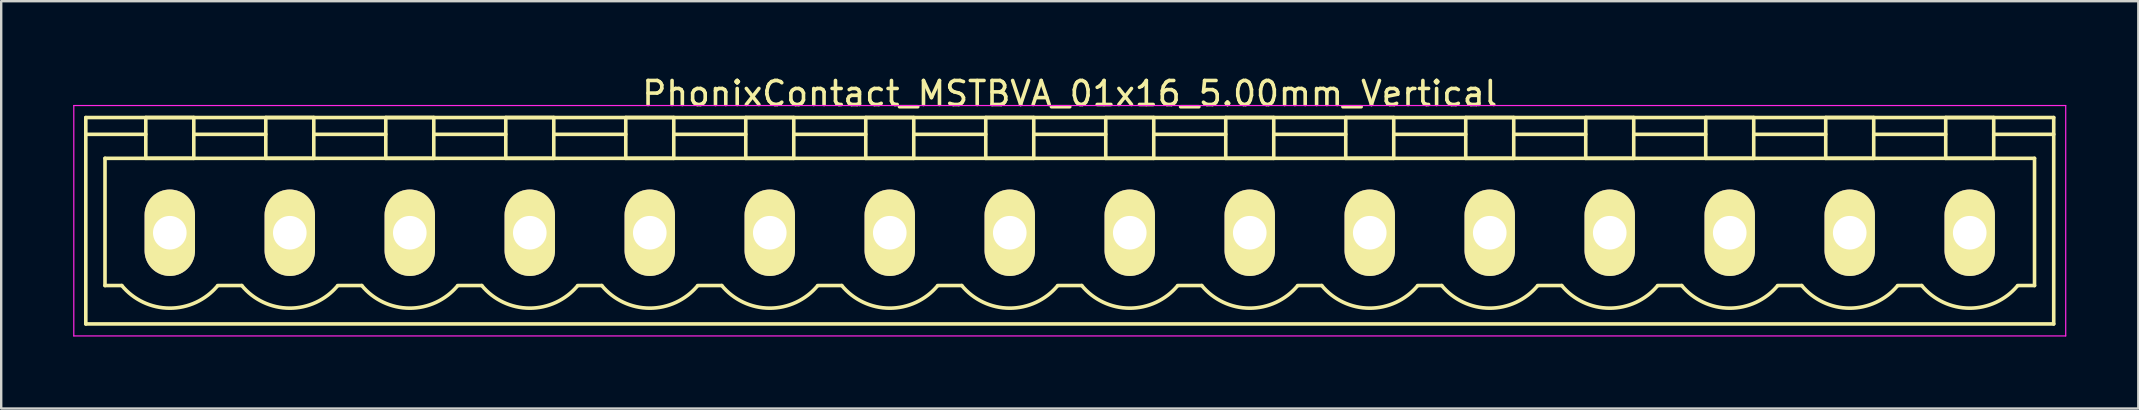
<source format=kicad_pcb>
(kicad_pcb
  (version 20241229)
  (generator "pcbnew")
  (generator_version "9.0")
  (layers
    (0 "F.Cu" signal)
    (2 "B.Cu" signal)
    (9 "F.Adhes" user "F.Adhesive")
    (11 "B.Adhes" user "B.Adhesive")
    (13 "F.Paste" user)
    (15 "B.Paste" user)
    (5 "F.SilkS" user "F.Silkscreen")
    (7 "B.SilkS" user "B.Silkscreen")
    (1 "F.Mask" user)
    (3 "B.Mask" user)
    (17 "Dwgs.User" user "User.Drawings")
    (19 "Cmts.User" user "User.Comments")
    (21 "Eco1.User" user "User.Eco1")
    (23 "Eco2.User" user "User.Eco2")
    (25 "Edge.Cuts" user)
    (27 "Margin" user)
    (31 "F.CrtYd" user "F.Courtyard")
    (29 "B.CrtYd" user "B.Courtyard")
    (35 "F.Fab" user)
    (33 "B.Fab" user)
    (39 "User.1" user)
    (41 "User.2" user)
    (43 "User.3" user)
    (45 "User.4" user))
  (footprint "PhonixContact_MSTBVA_01x16_5.00mm_Vertical"
    (layer "F.Cu")
    (at 4.025 6.648)
    (property "Reference" "PhonixContact_MSTBVA_01x16_5.00mm_Vertical" (at 37.5 -5.8 0) (layer "F.SilkS") (effects (font (size 1 1) (thickness 0.15))))
    (attr through_hole)
    (fp_line (start -3.5 -4.8) (end -3.5 3.8) (stroke (width 0.15) (type solid)) (layer "F.SilkS"))
    (fp_line (start -3.5 -4.1) (end -1 -4.1) (stroke (width 0.15) (type solid)) (layer "F.SilkS"))
    (fp_line (start -3.5 3.8) (end 78.5 3.8) (stroke (width 0.15) (type solid)) (layer "F.SilkS"))
    (fp_line (start -2.7 -3.1) (end 77.7 -3.1) (stroke (width 0.15) (type solid)) (layer "F.SilkS"))
    (fp_line (start -2.7 2.2) (end -2.7 -3.1) (stroke (width 0.15) (type solid)) (layer "F.SilkS"))
    (fp_line (start -2 2.2) (end -2.7 2.2) (stroke (width 0.15) (type solid)) (layer "F.SilkS"))
    (fp_line (start -1 -4.8) (end 1 -4.8) (stroke (width 0.15) (type solid)) (layer "F.SilkS"))
    (fp_line (start -1 -3.1) (end -1 -4.8) (stroke (width 0.15) (type solid)) (layer "F.SilkS"))
    (fp_line (start 1 -4.8) (end 1 -3.1) (stroke (width 0.15) (type solid)) (layer "F.SilkS"))
    (fp_line (start 1 -4.1) (end 4 -4.1) (stroke (width 0.15) (type solid)) (layer "F.SilkS"))
    (fp_line (start 1 -3.1) (end -1 -3.1) (stroke (width 0.15) (type solid)) (layer "F.SilkS"))
    (fp_line (start 2 2.2) (end 3 2.2) (stroke (width 0.15) (type solid)) (layer "F.SilkS"))
    (fp_line (start 4 -4.8) (end 6 -4.8) (stroke (width 0.15) (type solid)) (layer "F.SilkS"))
    (fp_line (start 4 -3.1) (end 4 -4.8) (stroke (width 0.15) (type solid)) (layer "F.SilkS"))
    (fp_line (start 6 -4.8) (end 6 -3.1) (stroke (width 0.15) (type solid)) (layer "F.SilkS"))
    (fp_line (start 6 -4.1) (end 9 -4.1) (stroke (width 0.15) (type solid)) (layer "F.SilkS"))
    (fp_line (start 6 -3.1) (end 4 -3.1) (stroke (width 0.15) (type solid)) (layer "F.SilkS"))
    (fp_line (start 7 2.2) (end 8 2.2) (stroke (width 0.15) (type solid)) (layer "F.SilkS"))
    (fp_line (start 9 -4.8) (end 11 -4.8) (stroke (width 0.15) (type solid)) (layer "F.SilkS"))
    (fp_line (start 9 -3.1) (end 9 -4.8) (stroke (width 0.15) (type solid)) (layer "F.SilkS"))
    (fp_line (start 11 -4.8) (end 11 -3.1) (stroke (width 0.15) (type solid)) (layer "F.SilkS"))
    (fp_line (start 11 -4.1) (end 14 -4.1) (stroke (width 0.15) (type solid)) (layer "F.SilkS"))
    (fp_line (start 11 -3.1) (end 9 -3.1) (stroke (width 0.15) (type solid)) (layer "F.SilkS"))
    (fp_line (start 12 2.2) (end 13 2.2) (stroke (width 0.15) (type solid)) (layer "F.SilkS"))
    (fp_line (start 14 -4.8) (end 16 -4.8) (stroke (width 0.15) (type solid)) (layer "F.SilkS"))
    (fp_line (start 14 -3.1) (end 14 -4.8) (stroke (width 0.15) (type solid)) (layer "F.SilkS"))
    (fp_line (start 16 -4.8) (end 16 -3.1) (stroke (width 0.15) (type solid)) (layer "F.SilkS"))
    (fp_line (start 16 -4.1) (end 19 -4.1) (stroke (width 0.15) (type solid)) (layer "F.SilkS"))
    (fp_line (start 16 -3.1) (end 14 -3.1) (stroke (width 0.15) (type solid)) (layer "F.SilkS"))
    (fp_line (start 17 2.2) (end 18 2.2) (stroke (width 0.15) (type solid)) (layer "F.SilkS"))
    (fp_line (start 19 -4.8) (end 21 -4.8) (stroke (width 0.15) (type solid)) (layer "F.SilkS"))
    (fp_line (start 19 -3.1) (end 19 -4.8) (stroke (width 0.15) (type solid)) (layer "F.SilkS"))
    (fp_line (start 21 -4.8) (end 21 -3.1) (stroke (width 0.15) (type solid)) (layer "F.SilkS"))
    (fp_line (start 21 -4.1) (end 24 -4.1) (stroke (width 0.15) (type solid)) (layer "F.SilkS"))
    (fp_line (start 21 -3.1) (end 19 -3.1) (stroke (width 0.15) (type solid)) (layer "F.SilkS"))
    (fp_line (start 22 2.2) (end 23 2.2) (stroke (width 0.15) (type solid)) (layer "F.SilkS"))
    (fp_line (start 24 -4.8) (end 26 -4.8) (stroke (width 0.15) (type solid)) (layer "F.SilkS"))
    (fp_line (start 24 -3.1) (end 24 -4.8) (stroke (width 0.15) (type solid)) (layer "F.SilkS"))
    (fp_line (start 26 -4.8) (end 26 -3.1) (stroke (width 0.15) (type solid)) (layer "F.SilkS"))
    (fp_line (start 26 -4.1) (end 29 -4.1) (stroke (width 0.15) (type solid)) (layer "F.SilkS"))
    (fp_line (start 26 -3.1) (end 24 -3.1) (stroke (width 0.15) (type solid)) (layer "F.SilkS"))
    (fp_line (start 27 2.2) (end 28 2.2) (stroke (width 0.15) (type solid)) (layer "F.SilkS"))
    (fp_line (start 29 -4.8) (end 31 -4.8) (stroke (width 0.15) (type solid)) (layer "F.SilkS"))
    (fp_line (start 29 -3.1) (end 29 -4.8) (stroke (width 0.15) (type solid)) (layer "F.SilkS"))
    (fp_line (start 31 -4.8) (end 31 -3.1) (stroke (width 0.15) (type solid)) (layer "F.SilkS"))
    (fp_line (start 31 -4.1) (end 34 -4.1) (stroke (width 0.15) (type solid)) (layer "F.SilkS"))
    (fp_line (start 31 -3.1) (end 29 -3.1) (stroke (width 0.15) (type solid)) (layer "F.SilkS"))
    (fp_line (start 32 2.2) (end 33 2.2) (stroke (width 0.15) (type solid)) (layer "F.SilkS"))
    (fp_line (start 34 -4.8) (end 36 -4.8) (stroke (width 0.15) (type solid)) (layer "F.SilkS"))
    (fp_line (start 34 -3.1) (end 34 -4.8) (stroke (width 0.15) (type solid)) (layer "F.SilkS"))
    (fp_line (start 36 -4.8) (end 36 -3.1) (stroke (width 0.15) (type solid)) (layer "F.SilkS"))
    (fp_line (start 36 -4.1) (end 39 -4.1) (stroke (width 0.15) (type solid)) (layer "F.SilkS"))
    (fp_line (start 36 -3.1) (end 34 -3.1) (stroke (width 0.15) (type solid)) (layer "F.SilkS"))
    (fp_line (start 37 2.2) (end 38 2.2) (stroke (width 0.15) (type solid)) (layer "F.SilkS"))
    (fp_line (start 39 -4.8) (end 41 -4.8) (stroke (width 0.15) (type solid)) (layer "F.SilkS"))
    (fp_line (start 39 -3.1) (end 39 -4.8) (stroke (width 0.15) (type solid)) (layer "F.SilkS"))
    (fp_line (start 41 -4.8) (end 41 -3.1) (stroke (width 0.15) (type solid)) (layer "F.SilkS"))
    (fp_line (start 41 -4.1) (end 44 -4.1) (stroke (width 0.15) (type solid)) (layer "F.SilkS"))
    (fp_line (start 41 -3.1) (end 39 -3.1) (stroke (width 0.15) (type solid)) (layer "F.SilkS"))
    (fp_line (start 42 2.2) (end 43 2.2) (stroke (width 0.15) (type solid)) (layer "F.SilkS"))
    (fp_line (start 44 -4.8) (end 46 -4.8) (stroke (width 0.15) (type solid)) (layer "F.SilkS"))
    (fp_line (start 44 -3.1) (end 44 -4.8) (stroke (width 0.15) (type solid)) (layer "F.SilkS"))
    (fp_line (start 46 -4.8) (end 46 -3.1) (stroke (width 0.15) (type solid)) (layer "F.SilkS"))
    (fp_line (start 46 -4.1) (end 49 -4.1) (stroke (width 0.15) (type solid)) (layer "F.SilkS"))
    (fp_line (start 46 -3.1) (end 44 -3.1) (stroke (width 0.15) (type solid)) (layer "F.SilkS"))
    (fp_line (start 47 2.2) (end 48 2.2) (stroke (width 0.15) (type solid)) (layer "F.SilkS"))
    (fp_line (start 49 -4.8) (end 51 -4.8) (stroke (width 0.15) (type solid)) (layer "F.SilkS"))
    (fp_line (start 49 -3.1) (end 49 -4.8) (stroke (width 0.15) (type solid)) (layer "F.SilkS"))
    (fp_line (start 51 -4.8) (end 51 -3.1) (stroke (width 0.15) (type solid)) (layer "F.SilkS"))
    (fp_line (start 51 -4.1) (end 54 -4.1) (stroke (width 0.15) (type solid)) (layer "F.SilkS"))
    (fp_line (start 51 -3.1) (end 49 -3.1) (stroke (width 0.15) (type solid)) (layer "F.SilkS"))
    (fp_line (start 52 2.2) (end 53 2.2) (stroke (width 0.15) (type solid)) (layer "F.SilkS"))
    (fp_line (start 54 -4.8) (end 56 -4.8) (stroke (width 0.15) (type solid)) (layer "F.SilkS"))
    (fp_line (start 54 -3.1) (end 54 -4.8) (stroke (width 0.15) (type solid)) (layer "F.SilkS"))
    (fp_line (start 56 -4.8) (end 56 -3.1) (stroke (width 0.15) (type solid)) (layer "F.SilkS"))
    (fp_line (start 56 -4.1) (end 59 -4.1) (stroke (width 0.15) (type solid)) (layer "F.SilkS"))
    (fp_line (start 56 -3.1) (end 54 -3.1) (stroke (width 0.15) (type solid)) (layer "F.SilkS"))
    (fp_line (start 57 2.2) (end 58 2.2) (stroke (width 0.15) (type solid)) (layer "F.SilkS"))
    (fp_line (start 59 -4.8) (end 61 -4.8) (stroke (width 0.15) (type solid)) (layer "F.SilkS"))
    (fp_line (start 59 -3.1) (end 59 -4.8) (stroke (width 0.15) (type solid)) (layer "F.SilkS"))
    (fp_line (start 61 -4.8) (end 61 -3.1) (stroke (width 0.15) (type solid)) (layer "F.SilkS"))
    (fp_line (start 61 -4.1) (end 64 -4.1) (stroke (width 0.15) (type solid)) (layer "F.SilkS"))
    (fp_line (start 61 -3.1) (end 59 -3.1) (stroke (width 0.15) (type solid)) (layer "F.SilkS"))
    (fp_line (start 62 2.2) (end 63 2.2) (stroke (width 0.15) (type solid)) (layer "F.SilkS"))
    (fp_line (start 64 -4.8) (end 66 -4.8) (stroke (width 0.15) (type solid)) (layer "F.SilkS"))
    (fp_line (start 64 -3.1) (end 64 -4.8) (stroke (width 0.15) (type solid)) (layer "F.SilkS"))
    (fp_line (start 66 -4.8) (end 66 -3.1) (stroke (width 0.15) (type solid)) (layer "F.SilkS"))
    (fp_line (start 66 -4.1) (end 69 -4.1) (stroke (width 0.15) (type solid)) (layer "F.SilkS"))
    (fp_line (start 66 -3.1) (end 64 -3.1) (stroke (width 0.15) (type solid)) (layer "F.SilkS"))
    (fp_line (start 67 2.2) (end 68 2.2) (stroke (width 0.15) (type solid)) (layer "F.SilkS"))
    (fp_line (start 69 -4.8) (end 71 -4.8) (stroke (width 0.15) (type solid)) (layer "F.SilkS"))
    (fp_line (start 69 -3.1) (end 69 -4.8) (stroke (width 0.15) (type solid)) (layer "F.SilkS"))
    (fp_line (start 71 -4.8) (end 71 -3.1) (stroke (width 0.15) (type solid)) (layer "F.SilkS"))
    (fp_line (start 71 -4.1) (end 74 -4.1) (stroke (width 0.15) (type solid)) (layer "F.SilkS"))
    (fp_line (start 71 -3.1) (end 69 -3.1) (stroke (width 0.15) (type solid)) (layer "F.SilkS"))
    (fp_line (start 72 2.2) (end 73 2.2) (stroke (width 0.15) (type solid)) (layer "F.SilkS"))
    (fp_line (start 74 -4.8) (end 76 -4.8) (stroke (width 0.15) (type solid)) (layer "F.SilkS"))
    (fp_line (start 74 -3.1) (end 74 -4.8) (stroke (width 0.15) (type solid)) (layer "F.SilkS"))
    (fp_line (start 76 -4.8) (end 76 -3.1) (stroke (width 0.15) (type solid)) (layer "F.SilkS"))
    (fp_line (start 76 -3.1) (end 74 -3.1) (stroke (width 0.15) (type solid)) (layer "F.SilkS"))
    (fp_line (start 77.7 -3.1) (end 77.7 2.2) (stroke (width 0.15) (type solid)) (layer "F.SilkS"))
    (fp_line (start 77.7 2.2) (end 77 2.2) (stroke (width 0.15) (type solid)) (layer "F.SilkS"))
    (fp_line (start 78.5 -4.8) (end -3.5 -4.8) (stroke (width 0.15) (type solid)) (layer "F.SilkS"))
    (fp_line (start 78.5 -4.1) (end 76 -4.1) (stroke (width 0.15) (type solid)) (layer "F.SilkS"))
    (fp_line (start 78.5 3.8) (end 78.5 -4.8) (stroke (width 0.15) (type solid)) (layer "F.SilkS"))
    (fp_arc (start 1.986842 2.215821) (mid -0.010289 3.142758) (end -2 2.2) (stroke (width 0.15) (type solid)) (layer "F.SilkS"))
    (fp_arc (start 6.986842 2.215821) (mid 4.989711 3.142758) (end 3 2.2) (stroke (width 0.15) (type solid)) (layer "F.SilkS"))
    (fp_arc (start 11.986842 2.215821) (mid 9.989711 3.142758) (end 8 2.2) (stroke (width 0.15) (type solid)) (layer "F.SilkS"))
    (fp_arc (start 16.986842 2.215821) (mid 14.989711 3.142758) (end 13 2.2) (stroke (width 0.15) (type solid)) (layer "F.SilkS"))
    (fp_arc (start 21.986842 2.215821) (mid 19.989711 3.142758) (end 18 2.2) (stroke (width 0.15) (type solid)) (layer "F.SilkS"))
    (fp_arc (start 26.986842 2.215821) (mid 24.989711 3.142758) (end 23 2.2) (stroke (width 0.15) (type solid)) (layer "F.SilkS"))
    (fp_arc (start 31.986842 2.215821) (mid 29.989711 3.142758) (end 28 2.2) (stroke (width 0.15) (type solid)) (layer "F.SilkS"))
    (fp_arc (start 36.986842 2.215821) (mid 34.989711 3.142758) (end 33 2.2) (stroke (width 0.15) (type solid)) (layer "F.SilkS"))
    (fp_arc (start 41.986842 2.215821) (mid 39.989711 3.142758) (end 38 2.2) (stroke (width 0.15) (type solid)) (layer "F.SilkS"))
    (fp_arc (start 46.986842 2.215821) (mid 44.989711 3.142758) (end 43 2.2) (stroke (width 0.15) (type solid)) (layer "F.SilkS"))
    (fp_arc (start 51.986842 2.215821) (mid 49.989711 3.142758) (end 48 2.2) (stroke (width 0.15) (type solid)) (layer "F.SilkS"))
    (fp_arc (start 56.986842 2.215821) (mid 54.989711 3.142758) (end 53 2.2) (stroke (width 0.15) (type solid)) (layer "F.SilkS"))
    (fp_arc (start 61.986842 2.215821) (mid 59.989711 3.142758) (end 58 2.2) (stroke (width 0.15) (type solid)) (layer "F.SilkS"))
    (fp_arc (start 66.986842 2.215821) (mid 64.989711 3.142758) (end 63 2.2) (stroke (width 0.15) (type solid)) (layer "F.SilkS"))
    (fp_arc (start 71.986842 2.215821) (mid 69.989711 3.142758) (end 68 2.2) (stroke (width 0.15) (type solid)) (layer "F.SilkS"))
    (fp_arc (start 76.986842 2.215821) (mid 74.989711 3.142758) (end 73 2.2) (stroke (width 0.15) (type solid)) (layer "F.SilkS"))
    (fp_line (start -4 -5.3) (end -4 4.3) (stroke (width 0.05) (type solid)) (layer "F.CrtYd"))
    (fp_line (start -4 4.3) (end 79 4.3) (stroke (width 0.05) (type solid)) (layer "F.CrtYd"))
    (fp_line (start 79 -5.3) (end -4 -5.3) (stroke (width 0.05) (type solid)) (layer "F.CrtYd"))
    (fp_line (start 79 4.3) (end 79 -5.3) (stroke (width 0.05) (type solid)) (layer "F.CrtYd"))
    (pad "1" thru_hole oval (at 0 0) (size 2.1 3.6) (drill 1.4) (layers "*.Cu" "*.Mask" "F.SilkS"))
    (pad "2" thru_hole oval (at 5 0) (size 2.1 3.6) (drill 1.4) (layers "*.Cu" "*.Mask" "F.SilkS"))
    (pad "3" thru_hole oval (at 10 0) (size 2.1 3.6) (drill 1.4) (layers "*.Cu" "*.Mask" "F.SilkS"))
    (pad "4" thru_hole oval (at 15 0) (size 2.1 3.6) (drill 1.4) (layers "*.Cu" "*.Mask" "F.SilkS"))
    (pad "5" thru_hole oval (at 20 0) (size 2.1 3.6) (drill 1.4) (layers "*.Cu" "*.Mask" "F.SilkS"))
    (pad "6" thru_hole oval (at 25 0) (size 2.1 3.6) (drill 1.4) (layers "*.Cu" "*.Mask" "F.SilkS"))
    (pad "7" thru_hole oval (at 30 0) (size 2.1 3.6) (drill 1.4) (layers "*.Cu" "*.Mask" "F.SilkS"))
    (pad "8" thru_hole oval (at 35 0) (size 2.1 3.6) (drill 1.4) (layers "*.Cu" "*.Mask" "F.SilkS"))
    (pad "9" thru_hole oval (at 40 0) (size 2.1 3.6) (drill 1.4) (layers "*.Cu" "*.Mask" "F.SilkS"))
    (pad "10" thru_hole oval (at 45 0) (size 2.1 3.6) (drill 1.4) (layers "*.Cu" "*.Mask" "F.SilkS"))
    (pad "11" thru_hole oval (at 50 0) (size 2.1 3.6) (drill 1.4) (layers "*.Cu" "*.Mask" "F.SilkS"))
    (pad "12" thru_hole oval (at 55 0) (size 2.1 3.6) (drill 1.4) (layers "*.Cu" "*.Mask" "F.SilkS"))
    (pad "13" thru_hole oval (at 60 0) (size 2.1 3.6) (drill 1.4) (layers "*.Cu" "*.Mask" "F.SilkS"))
    (pad "14" thru_hole oval (at 65 0) (size 2.1 3.6) (drill 1.4) (layers "*.Cu" "*.Mask" "F.SilkS"))
    (pad "15" thru_hole oval (at 70 0) (size 2.1 3.6) (drill 1.4) (layers "*.Cu" "*.Mask" "F.SilkS"))
    (pad "16" thru_hole oval (at 75 0) (size 2.1 3.6) (drill 1.4) (layers "*.Cu" "*.Mask" "F.SilkS")))
  (gr_rect
    (start -3 -3)
    (end 86.05 13.973)
    (stroke (width 0.1) (type default))
    (fill no)
    (layer "Edge.Cuts")))
</source>
